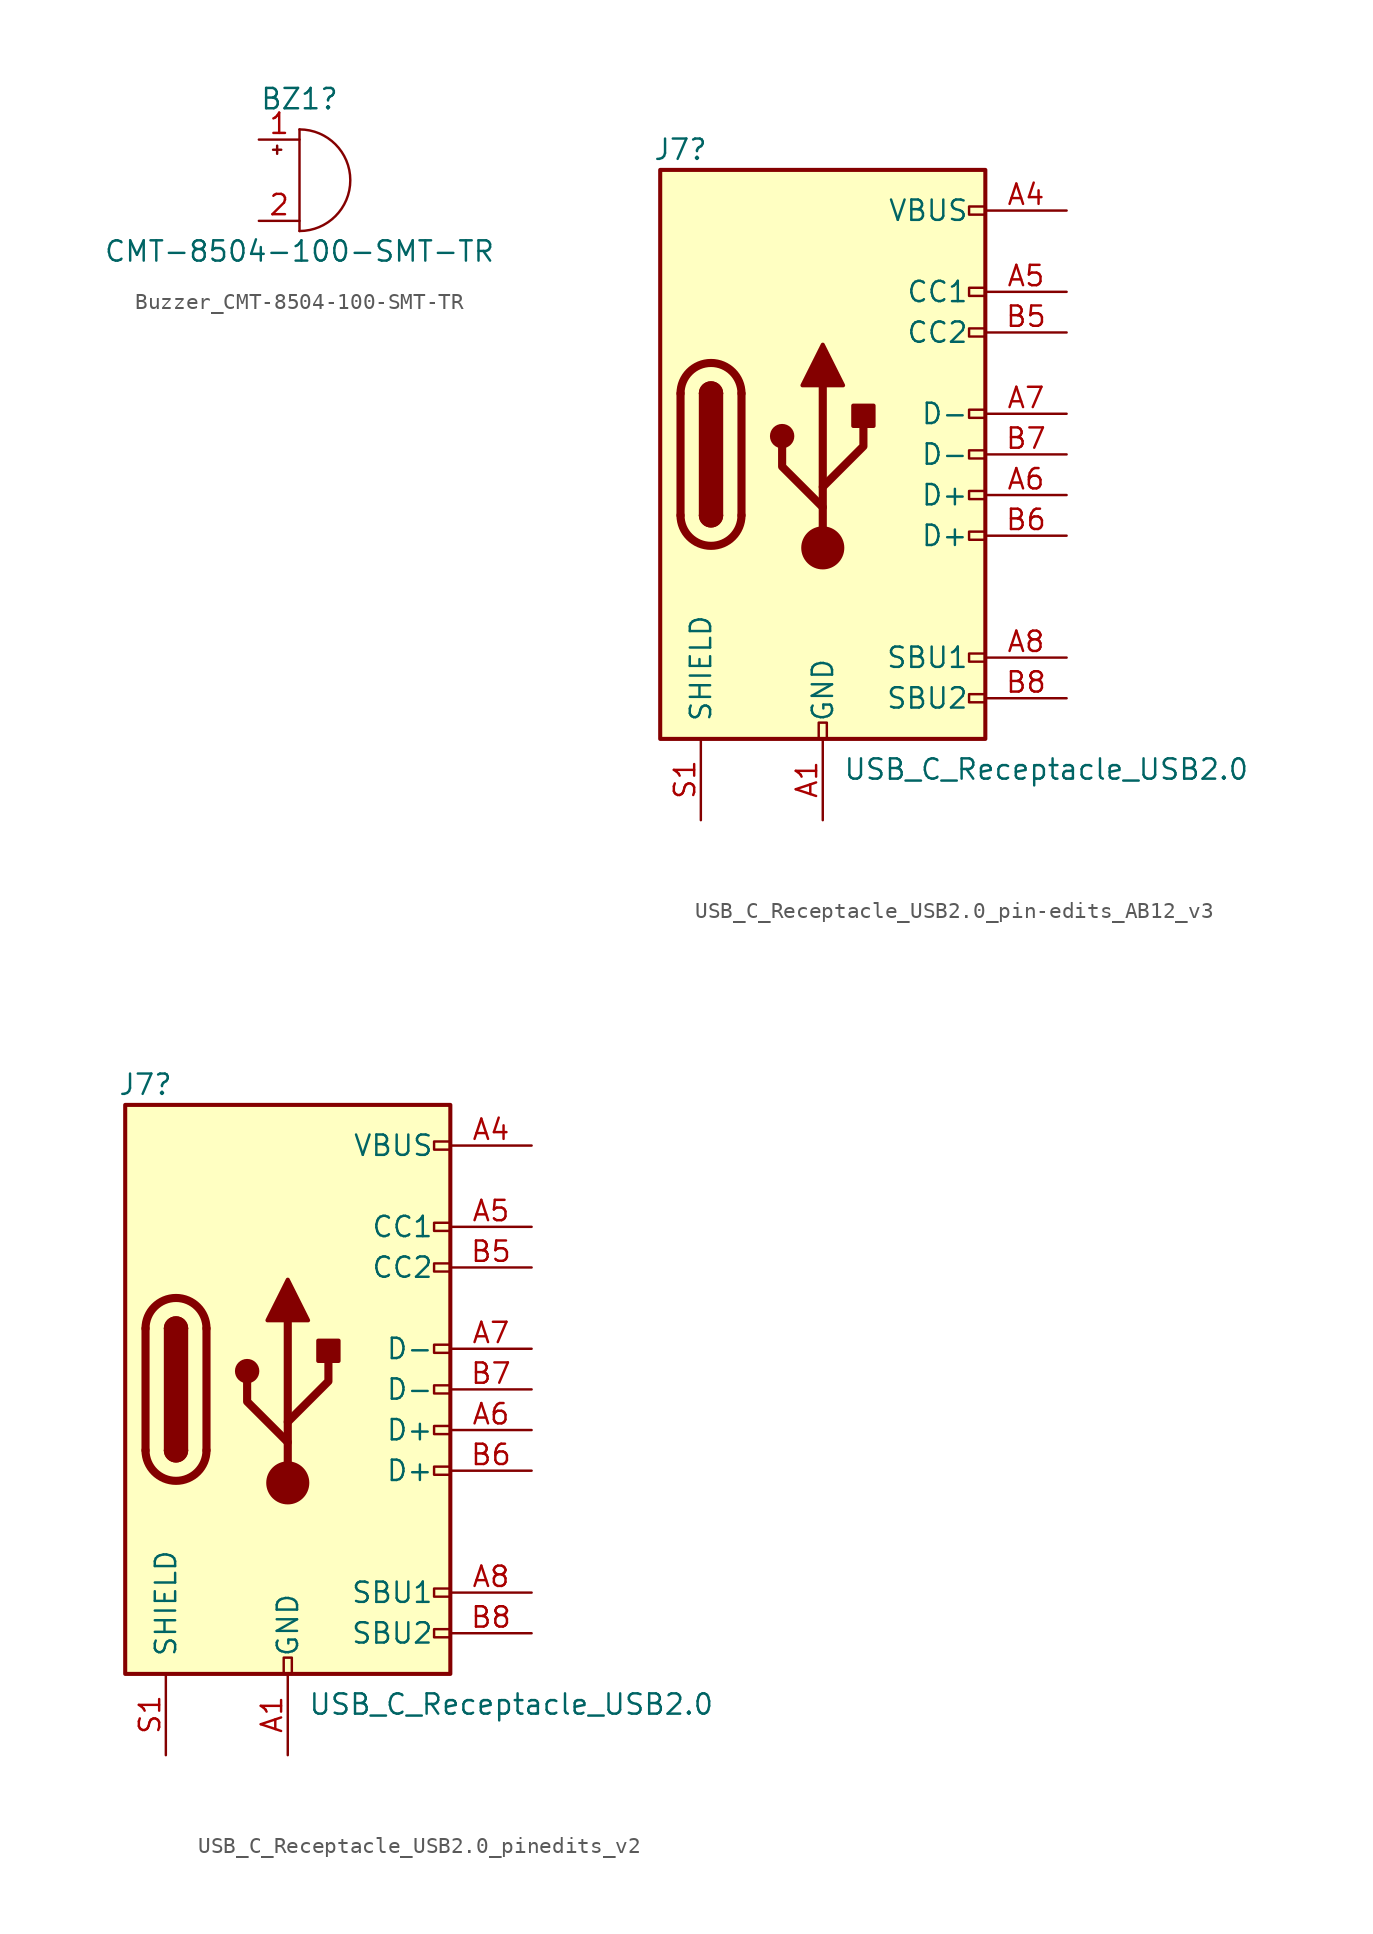
<source format=kicad_sym>
(kicad_symbol_lib
  (version 20220914)
  (generator kicad_symbol_editor)
  (symbol "Buzzer_CMT-8504-100-SMT-TR"
    (pin_names
      (offset 0.025) hide)
    (property "Reference" "BZ1"
      (at 0 5.08 0)
      (effects (font (size 1.27 1.27))))
    (property "Value" "CMT-8504-100-SMT-TR"
      (at 0 -4.445 0)
      (effects (font (size 1.27 1.27))))
    (property "desc" ""
      (at 0 0 0)
      (effects (font (size 1.27 1.27))))
    (symbol "Buzzer_CMT-8504-100-SMT-TR_0_1"
      (arc (start 0 -3.175) (mid 3.1612 0) (end 0 3.175) (stroke (width 0) (type default)) (fill (type none)))
      (polyline (pts (xy -1.651 1.905) (xy -1.143 1.905)) (stroke (width 0) (type default)) (fill (type none)))
      (polyline (pts (xy -1.397 2.159) (xy -1.397 1.651)) (stroke (width 0) (type default)) (fill (type none)))
      (polyline (pts (xy 0 3.175) (xy 0 -3.175)) (stroke (width 0) (type default)) (fill (type none))))
    (symbol "Buzzer_CMT-8504-100-SMT-TR_1_1"
      (pin passive line (at -2.54 2.54 0) (length 2.54) (name "-" (effects (font (size 1.27 1.27)))) (number "1" (effects (font (size 1.27 1.27)))))
      (pin passive line (at -2.54 -2.54 0) (length 2.54) (name "+" (effects (font (size 1.27 1.27)))) (number "2" (effects (font (size 1.27 1.27)))))
      (pin passive line (at -2.54 -2.54 0) (length 2.54) hide (name "DUMMY1" (effects (font (size 1.27 1.27)))) (number "3" (effects (font (size 1.27 1.27)))))
      (pin passive line (at -2.54 -2.54 0) (length 2.54) hide (name "DUMMY2" (effects (font (size 1.27 1.27)))) (number "4" (effects (font (size 1.27 1.27)))))))
  (symbol "USB_C_Receptacle_USB2.0_pin-edits_AB12_v3"
    (pin_names
      (offset 1.016))
    (property "Reference" "J7"
      (at -8.89 19.05 0)
      (effects (font (size 1.27 1.27))))
    (property "Value" "USB_C_Receptacle_USB2.0"
      (at 13.97 -19.685 0)
      (effects (font (size 1.27 1.27))))
    (property "desc" ""
      (at 0 0 0)
      (effects (font (size 1.27 1.27))))
    (symbol "USB_C_Receptacle_USB2.0_pin-edits_AB12_v3_0_0"
      (rectangle (start -0.254 -17.78) (end 0.254 -16.764) (stroke (width 0) (type default)) (fill (type none)))
      (rectangle (start 10.16 -14.986) (end 9.144 -15.494) (stroke (width 0) (type default)) (fill (type none)))
      (rectangle (start 10.16 -12.446) (end 9.144 -12.954) (stroke (width 0) (type default)) (fill (type none)))
      (rectangle (start 10.16 -4.826) (end 9.144 -5.334) (stroke (width 0) (type default)) (fill (type none)))
      (rectangle (start 10.16 -2.286) (end 9.144 -2.794) (stroke (width 0) (type default)) (fill (type none)))
      (rectangle (start 10.16 0.254) (end 9.144 -0.254) (stroke (width 0) (type default)) (fill (type none)))
      (rectangle (start 10.16 2.794) (end 9.144 2.286) (stroke (width 0) (type default)) (fill (type none)))
      (rectangle (start 10.16 7.874) (end 9.144 7.366) (stroke (width 0) (type default)) (fill (type none)))
      (rectangle (start 10.16 10.414) (end 9.144 9.906) (stroke (width 0) (type default)) (fill (type none)))
      (rectangle (start 10.16 15.494) (end 9.144 14.986) (stroke (width 0) (type default)) (fill (type none))))
    (symbol "USB_C_Receptacle_USB2.0_pin-edits_AB12_v3_0_1"
      (rectangle (start -10.16 17.78) (end 10.16 -17.78) (stroke (width 0.254) (type default)) (fill (type background)))
      (arc (start -8.89 -3.81) (mid -6.985 -5.7067) (end -5.08 -3.81) (stroke (width 0.508) (type default)) (fill (type none)))
      (arc (start -7.62 -3.81) (mid -6.985 -4.4423) (end -6.35 -3.81) (stroke (width 0.254) (type default)) (fill (type none)))
      (arc (start -7.62 -3.81) (mid -6.985 -4.4423) (end -6.35 -3.81) (stroke (width 0.254) (type default)) (fill (type outline)))
      (rectangle (start -7.62 -3.81) (end -6.35 3.81) (stroke (width 0.254) (type default)) (fill (type outline)))
      (arc (start -6.35 3.81) (mid -6.985 4.4423) (end -7.62 3.81) (stroke (width 0.254) (type default)) (fill (type none)))
      (arc (start -6.35 3.81) (mid -6.985 4.4423) (end -7.62 3.81) (stroke (width 0.254) (type default)) (fill (type outline)))
      (arc (start -5.08 3.81) (mid -6.985 5.7067) (end -8.89 3.81) (stroke (width 0.508) (type default)) (fill (type none)))
      (circle (center -2.54 1.143) (radius 0.635) (stroke (width 0.254) (type default)) (fill (type outline)))
      (circle (center 0 -5.842) (radius 1.27) (stroke (width 0) (type default)) (fill (type outline)))
      (polyline (pts (xy -8.89 -3.81) (xy -8.89 3.81)) (stroke (width 0.508) (type default)) (fill (type none)))
      (polyline (pts (xy -5.08 3.81) (xy -5.08 -3.81)) (stroke (width 0.508) (type default)) (fill (type none)))
      (polyline (pts (xy 0 -5.842) (xy 0 4.318)) (stroke (width 0.508) (type default)) (fill (type none)))
      (polyline (pts (xy 0 -3.302) (xy -2.54 -0.762) (xy -2.54 0.508)) (stroke (width 0.508) (type default)) (fill (type none)))
      (polyline (pts (xy 0 -2.032) (xy 2.54 0.508) (xy 2.54 1.778)) (stroke (width 0.508) (type default)) (fill (type none)))
      (polyline (pts (xy -1.27 4.318) (xy 0 6.858) (xy 1.27 4.318) (xy -1.27 4.318)) (stroke (width 0.254) (type default)) (fill (type outline)))
      (rectangle (start 1.905 1.778) (end 3.175 3.048) (stroke (width 0.254) (type default)) (fill (type outline))))
    (symbol "USB_C_Receptacle_USB2.0_pin-edits_AB12_v3_1_1"
      (pin passive line (at 0 -22.86 90) (length 5.08) (name "GND" (effects (font (size 1.27 1.27)))) (number "A1" (effects (font (size 1.27 1.27)))))
      (pin passive line (at 0 -22.86 90) (length 5.08) hide (name "GND" (effects (font (size 1.27 1.27)))) (number "A12" (effects (font (size 1.27 1.27)))))
      (pin passive line (at 15.24 15.24 180) (length 5.08) (name "VBUS" (effects (font (size 1.27 1.27)))) (number "A4" (effects (font (size 1.27 1.27)))))
      (pin bidirectional line (at 15.24 10.16 180) (length 5.08) (name "CC1" (effects (font (size 1.27 1.27)))) (number "A5" (effects (font (size 1.27 1.27)))))
      (pin bidirectional line (at 15.24 -2.54 180) (length 5.08) (name "D+" (effects (font (size 1.27 1.27)))) (number "A6" (effects (font (size 1.27 1.27)))))
      (pin bidirectional line (at 15.24 2.54 180) (length 5.08) (name "D-" (effects (font (size 1.27 1.27)))) (number "A7" (effects (font (size 1.27 1.27)))))
      (pin bidirectional line (at 15.24 -12.7 180) (length 5.08) (name "SBU1" (effects (font (size 1.27 1.27)))) (number "A8" (effects (font (size 1.27 1.27)))))
      (pin passive line (at 15.24 15.24 180) (length 5.08) hide (name "VBUS" (effects (font (size 1.27 1.27)))) (number "A9" (effects (font (size 1.27 1.27)))))
      (pin passive line (at 0 -22.86 90) (length 5.08) hide (name "GND" (effects (font (size 1.27 1.27)))) (number "B1" (effects (font (size 1.27 1.27)))))
      (pin passive line (at 0 -22.86 90) (length 5.08) hide (name "GND" (effects (font (size 1.27 1.27)))) (number "B12" (effects (font (size 1.27 1.27)))))
      (pin passive line (at 15.24 15.24 180) (length 5.08) hide (name "VBUS" (effects (font (size 1.27 1.27)))) (number "B4" (effects (font (size 1.27 1.27)))))
      (pin bidirectional line (at 15.24 7.62 180) (length 5.08) (name "CC2" (effects (font (size 1.27 1.27)))) (number "B5" (effects (font (size 1.27 1.27)))))
      (pin bidirectional line (at 15.24 -5.08 180) (length 5.08) (name "D+" (effects (font (size 1.27 1.27)))) (number "B6" (effects (font (size 1.27 1.27)))))
      (pin bidirectional line (at 15.24 0 180) (length 5.08) (name "D-" (effects (font (size 1.27 1.27)))) (number "B7" (effects (font (size 1.27 1.27)))))
      (pin bidirectional line (at 15.24 -15.24 180) (length 5.08) (name "SBU2" (effects (font (size 1.27 1.27)))) (number "B8" (effects (font (size 1.27 1.27)))))
      (pin passive line (at 15.24 15.24 180) (length 5.08) hide (name "VBUS" (effects (font (size 1.27 1.27)))) (number "B9" (effects (font (size 1.27 1.27)))))
      (pin passive line (at -7.62 -22.86 90) (length 5.08) (name "SHIELD" (effects (font (size 1.27 1.27)))) (number "S1" (effects (font (size 1.27 1.27)))))))
  (symbol "USB_C_Receptacle_USB2.0_pinedits_v2"
    (pin_names
      (offset 1.016))
    (property "Reference" "J7"
      (at -8.89 19.05 0)
      (effects (font (size 1.27 1.27))))
    (property "Value" "USB_C_Receptacle_USB2.0"
      (at 13.97 -19.685 0)
      (effects (font (size 1.27 1.27))))
    (property "desc" ""
      (at 0 0 0)
      (effects (font (size 1.27 1.27))))
    (symbol "USB_C_Receptacle_USB2.0_pinedits_v2_0_0"
      (rectangle (start -0.254 -17.78) (end 0.254 -16.764) (stroke (width 0) (type default)) (fill (type none)))
      (rectangle (start 10.16 -14.986) (end 9.144 -15.494) (stroke (width 0) (type default)) (fill (type none)))
      (rectangle (start 10.16 -12.446) (end 9.144 -12.954) (stroke (width 0) (type default)) (fill (type none)))
      (rectangle (start 10.16 -4.826) (end 9.144 -5.334) (stroke (width 0) (type default)) (fill (type none)))
      (rectangle (start 10.16 -2.286) (end 9.144 -2.794) (stroke (width 0) (type default)) (fill (type none)))
      (rectangle (start 10.16 0.254) (end 9.144 -0.254) (stroke (width 0) (type default)) (fill (type none)))
      (rectangle (start 10.16 2.794) (end 9.144 2.286) (stroke (width 0) (type default)) (fill (type none)))
      (rectangle (start 10.16 7.874) (end 9.144 7.366) (stroke (width 0) (type default)) (fill (type none)))
      (rectangle (start 10.16 10.414) (end 9.144 9.906) (stroke (width 0) (type default)) (fill (type none)))
      (rectangle (start 10.16 15.494) (end 9.144 14.986) (stroke (width 0) (type default)) (fill (type none))))
    (symbol "USB_C_Receptacle_USB2.0_pinedits_v2_0_1"
      (rectangle (start -10.16 17.78) (end 10.16 -17.78) (stroke (width 0.254) (type default)) (fill (type background)))
      (arc (start -8.89 -3.81) (mid -6.985 -5.7067) (end -5.08 -3.81) (stroke (width 0.508) (type default)) (fill (type none)))
      (arc (start -7.62 -3.81) (mid -6.985 -4.4423) (end -6.35 -3.81) (stroke (width 0.254) (type default)) (fill (type none)))
      (arc (start -7.62 -3.81) (mid -6.985 -4.4423) (end -6.35 -3.81) (stroke (width 0.254) (type default)) (fill (type outline)))
      (rectangle (start -7.62 -3.81) (end -6.35 3.81) (stroke (width 0.254) (type default)) (fill (type outline)))
      (arc (start -6.35 3.81) (mid -6.985 4.4423) (end -7.62 3.81) (stroke (width 0.254) (type default)) (fill (type none)))
      (arc (start -6.35 3.81) (mid -6.985 4.4423) (end -7.62 3.81) (stroke (width 0.254) (type default)) (fill (type outline)))
      (arc (start -5.08 3.81) (mid -6.985 5.7067) (end -8.89 3.81) (stroke (width 0.508) (type default)) (fill (type none)))
      (circle (center -2.54 1.143) (radius 0.635) (stroke (width 0.254) (type default)) (fill (type outline)))
      (circle (center 0 -5.842) (radius 1.27) (stroke (width 0) (type default)) (fill (type outline)))
      (polyline (pts (xy -8.89 -3.81) (xy -8.89 3.81)) (stroke (width 0.508) (type default)) (fill (type none)))
      (polyline (pts (xy -5.08 3.81) (xy -5.08 -3.81)) (stroke (width 0.508) (type default)) (fill (type none)))
      (polyline (pts (xy 0 -5.842) (xy 0 4.318)) (stroke (width 0.508) (type default)) (fill (type none)))
      (polyline (pts (xy 0 -3.302) (xy -2.54 -0.762) (xy -2.54 0.508)) (stroke (width 0.508) (type default)) (fill (type none)))
      (polyline (pts (xy 0 -2.032) (xy 2.54 0.508) (xy 2.54 1.778)) (stroke (width 0.508) (type default)) (fill (type none)))
      (polyline (pts (xy -1.27 4.318) (xy 0 6.858) (xy 1.27 4.318) (xy -1.27 4.318)) (stroke (width 0.254) (type default)) (fill (type outline)))
      (rectangle (start 1.905 1.778) (end 3.175 3.048) (stroke (width 0.254) (type default)) (fill (type outline))))
    (symbol "USB_C_Receptacle_USB2.0_pinedits_v2_1_1"
      (pin passive line (at 0 -22.86 90) (length 5.08) (name "GND" (effects (font (size 1.27 1.27)))) (number "A1" (effects (font (size 1.27 1.27)))))
      (pin passive line (at 15.24 15.24 180) (length 5.08) (name "VBUS" (effects (font (size 1.27 1.27)))) (number "A4" (effects (font (size 1.27 1.27)))))
      (pin bidirectional line (at 15.24 10.16 180) (length 5.08) (name "CC1" (effects (font (size 1.27 1.27)))) (number "A5" (effects (font (size 1.27 1.27)))))
      (pin bidirectional line (at 15.24 -2.54 180) (length 5.08) (name "D+" (effects (font (size 1.27 1.27)))) (number "A6" (effects (font (size 1.27 1.27)))))
      (pin bidirectional line (at 15.24 2.54 180) (length 5.08) (name "D-" (effects (font (size 1.27 1.27)))) (number "A7" (effects (font (size 1.27 1.27)))))
      (pin bidirectional line (at 15.24 -12.7 180) (length 5.08) (name "SBU1" (effects (font (size 1.27 1.27)))) (number "A8" (effects (font (size 1.27 1.27)))))
      (pin passive line (at 0 -22.86 90) (length 5.08) hide (name "GND" (effects (font (size 1.27 1.27)))) (number "B1" (effects (font (size 1.27 1.27)))))
      (pin passive line (at 15.24 15.24 180) (length 5.08) hide (name "VBUS" (effects (font (size 1.27 1.27)))) (number "B4" (effects (font (size 1.27 1.27)))))
      (pin bidirectional line (at 15.24 7.62 180) (length 5.08) (name "CC2" (effects (font (size 1.27 1.27)))) (number "B5" (effects (font (size 1.27 1.27)))))
      (pin bidirectional line (at 15.24 -5.08 180) (length 5.08) (name "D+" (effects (font (size 1.27 1.27)))) (number "B6" (effects (font (size 1.27 1.27)))))
      (pin bidirectional line (at 15.24 0 180) (length 5.08) (name "D-" (effects (font (size 1.27 1.27)))) (number "B7" (effects (font (size 1.27 1.27)))))
      (pin bidirectional line (at 15.24 -15.24 180) (length 5.08) (name "SBU2" (effects (font (size 1.27 1.27)))) (number "B8" (effects (font (size 1.27 1.27)))))
      (pin passive line (at -7.62 -22.86 90) (length 5.08) (name "SHIELD" (effects (font (size 1.27 1.27)))) (number "S1" (effects (font (size 1.27 1.27))))))))
</source>
